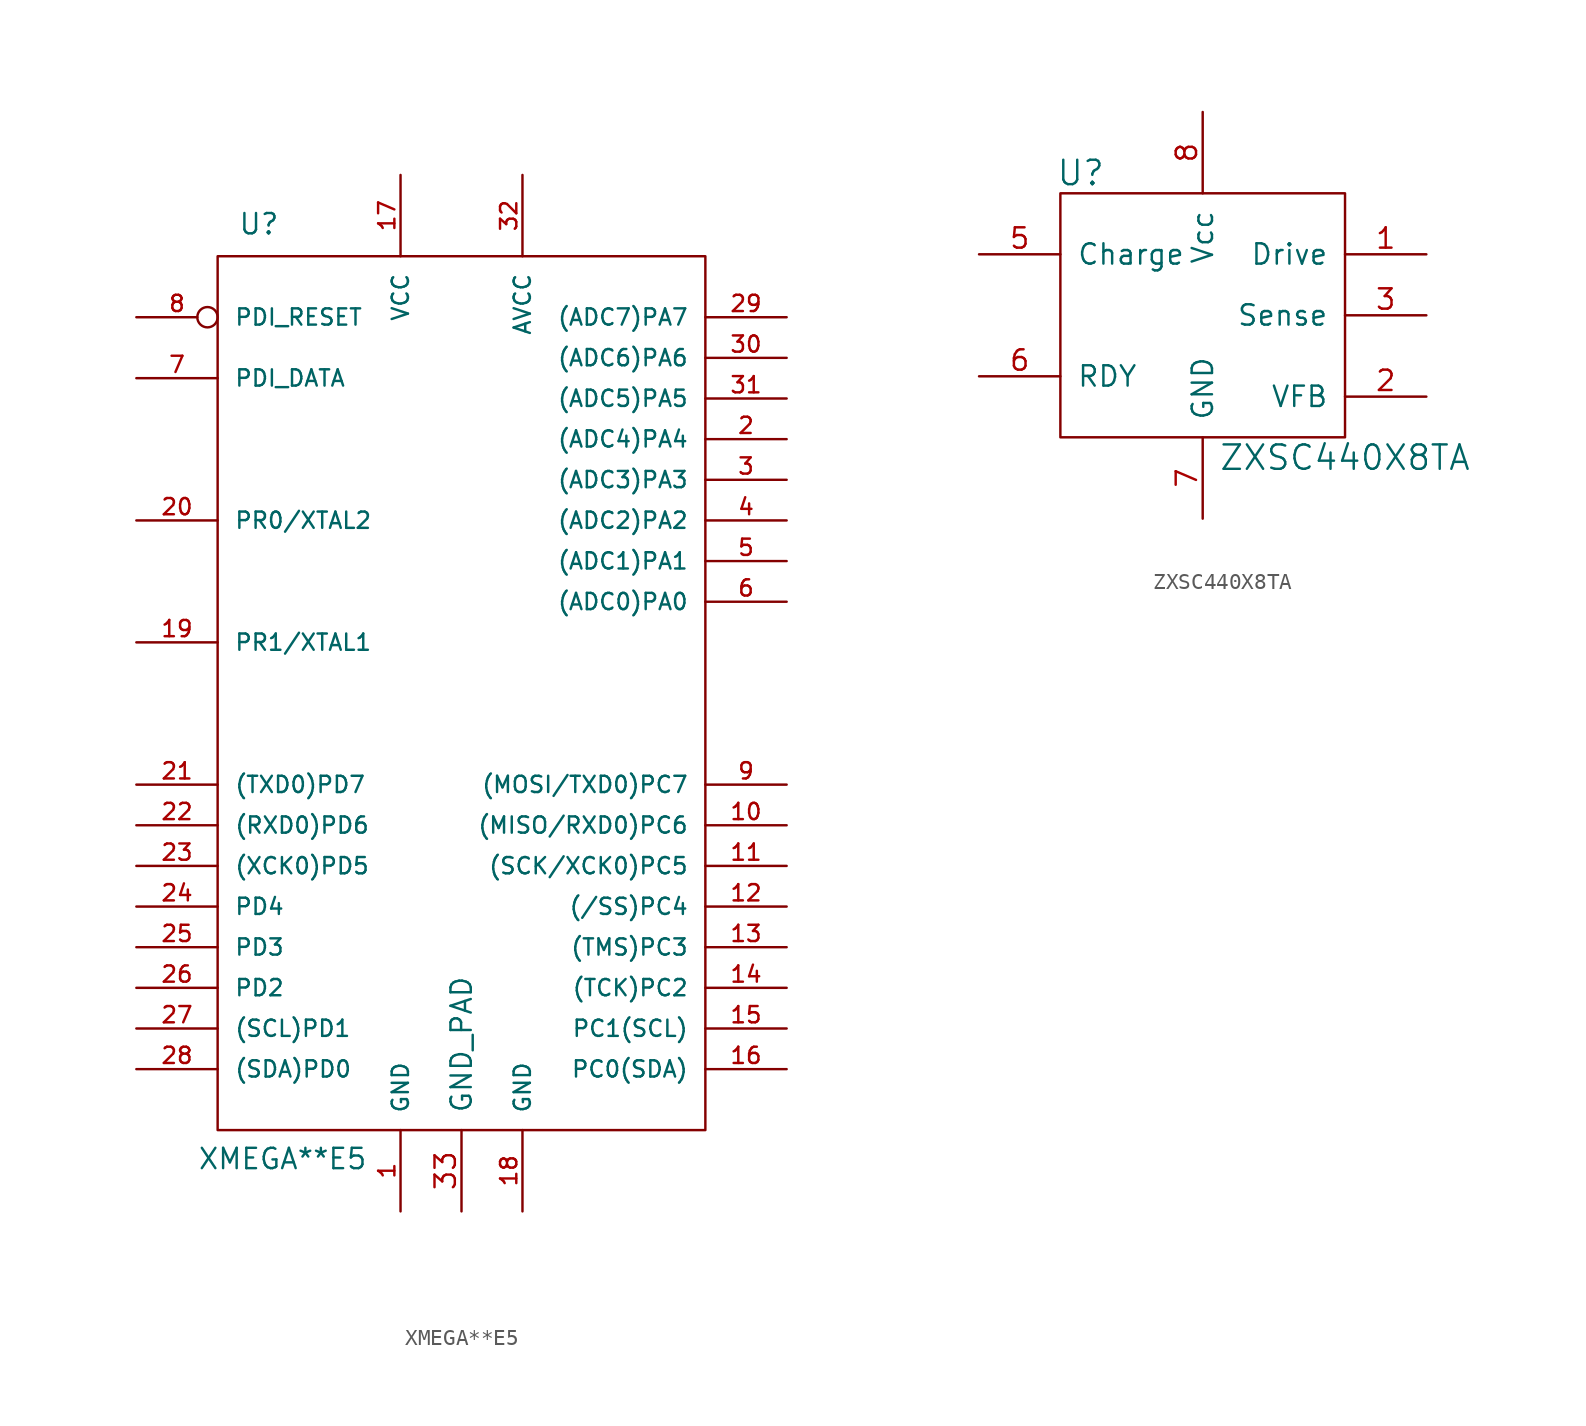
<source format=kicad_sym>
(kicad_symbol_lib
  (version 20211014)
  (generator kicad_symbol_editor)
  (symbol "XMEGA**E5"
    (pin_names
      (offset 1.016))
    (property "Reference" "U"
      (at -13.97 29.21 0)
      (effects (font (size 1.27 1.27)) (justify left bottom)))
    (property "Value" "XMEGA**E5"
      (at -16.51 -29.21 0)
      (effects (font (size 1.27 1.27)) (justify left bottom)))
    (property "Datasheet" ""
      (at 3.81 -17.78 0)
      (effects (font (size 1.524 1.524))))
    (property "ki_locked" ""
      (at 0 0 0)
      (effects (font (size 1.27 1.27))))
    (symbol "XMEGA**E5_0_1"
      (rectangle (start 15.24 27.94) (end -15.24 -26.67) (stroke (width 0) (type default) (color 0 0 0 0)) (fill (type none))))
    (symbol "XMEGA**E5_1_1"
      (pin power_in line (at -3.81 -31.75 90) (length 5.08) (name "GND" (effects (font (size 1.016 1.016)))) (number "1" (effects (font (size 1.016 1.016)))))
      (pin bidirectional line (at 20.32 -7.62 180) (length 5.08) (name "(MISO/RXD0)PC6" (effects (font (size 1.016 1.016)))) (number "10" (effects (font (size 1.016 1.016)))))
      (pin bidirectional line (at 20.32 -10.16 180) (length 5.08) (name "(SCK/XCK0)PC5" (effects (font (size 1.016 1.016)))) (number "11" (effects (font (size 1.016 1.016)))))
      (pin bidirectional line (at 20.32 -12.7 180) (length 5.08) (name "(/SS)PC4" (effects (font (size 1.016 1.016)))) (number "12" (effects (font (size 1.016 1.016)))))
      (pin bidirectional line (at 20.32 -15.24 180) (length 5.08) (name "(TMS)PC3" (effects (font (size 1.016 1.016)))) (number "13" (effects (font (size 1.016 1.016)))))
      (pin bidirectional line (at 20.32 -17.78 180) (length 5.08) (name "(TCK)PC2" (effects (font (size 1.016 1.016)))) (number "14" (effects (font (size 1.016 1.016)))))
      (pin bidirectional line (at 20.32 -20.32 180) (length 5.08) (name "PC1(SCL)" (effects (font (size 1.016 1.016)))) (number "15" (effects (font (size 1.016 1.016)))))
      (pin bidirectional line (at 20.32 -22.86 180) (length 5.08) (name "PC0(SDA)" (effects (font (size 1.016 1.016)))) (number "16" (effects (font (size 1.016 1.016)))))
      (pin power_in line (at -3.81 33.02 270) (length 5.08) (name "VCC" (effects (font (size 1.016 1.016)))) (number "17" (effects (font (size 1.016 1.016)))))
      (pin power_in line (at 3.81 -31.75 90) (length 5.08) (name "GND" (effects (font (size 1.016 1.016)))) (number "18" (effects (font (size 1.016 1.016)))))
      (pin bidirectional line (at -20.32 3.81 0) (length 5.08) (name "PR1/XTAL1" (effects (font (size 1.016 1.016)))) (number "19" (effects (font (size 1.016 1.016)))))
      (pin bidirectional line (at 20.32 16.51 180) (length 5.08) (name "(ADC4)PA4" (effects (font (size 1.016 1.016)))) (number "2" (effects (font (size 1.016 1.016)))))
      (pin bidirectional line (at -20.32 11.43 0) (length 5.08) (name "PR0/XTAL2" (effects (font (size 1.016 1.016)))) (number "20" (effects (font (size 1.016 1.016)))))
      (pin bidirectional line (at -20.32 -5.08 0) (length 5.08) (name "(TXD0)PD7" (effects (font (size 1.016 1.016)))) (number "21" (effects (font (size 1.016 1.016)))))
      (pin bidirectional line (at -20.32 -7.62 0) (length 5.08) (name "(RXD0)PD6" (effects (font (size 1.016 1.016)))) (number "22" (effects (font (size 1.016 1.016)))))
      (pin bidirectional line (at -20.32 -10.16 0) (length 5.08) (name "(XCK0)PD5" (effects (font (size 1.016 1.016)))) (number "23" (effects (font (size 1.016 1.016)))))
      (pin bidirectional line (at -20.32 -12.7 0) (length 5.08) (name "PD4" (effects (font (size 1.016 1.016)))) (number "24" (effects (font (size 1.016 1.016)))))
      (pin bidirectional line (at -20.32 -15.24 0) (length 5.08) (name "PD3" (effects (font (size 1.016 1.016)))) (number "25" (effects (font (size 1.016 1.016)))))
      (pin bidirectional line (at -20.32 -17.78 0) (length 5.08) (name "PD2" (effects (font (size 1.016 1.016)))) (number "26" (effects (font (size 1.016 1.016)))))
      (pin bidirectional line (at -20.32 -20.32 0) (length 5.08) (name "(SCL)PD1" (effects (font (size 1.016 1.016)))) (number "27" (effects (font (size 1.016 1.016)))))
      (pin bidirectional line (at -20.32 -22.86 0) (length 5.08) (name "(SDA)PD0" (effects (font (size 1.016 1.016)))) (number "28" (effects (font (size 1.016 1.016)))))
      (pin bidirectional line (at 20.32 24.13 180) (length 5.08) (name "(ADC7)PA7" (effects (font (size 1.016 1.016)))) (number "29" (effects (font (size 1.016 1.016)))))
      (pin bidirectional line (at 20.32 13.97 180) (length 5.08) (name "(ADC3)PA3" (effects (font (size 1.016 1.016)))) (number "3" (effects (font (size 1.016 1.016)))))
      (pin bidirectional line (at 20.32 21.59 180) (length 5.08) (name "(ADC6)PA6" (effects (font (size 1.016 1.016)))) (number "30" (effects (font (size 1.016 1.016)))))
      (pin bidirectional line (at 20.32 19.05 180) (length 5.08) (name "(ADC5)PA5" (effects (font (size 1.016 1.016)))) (number "31" (effects (font (size 1.016 1.016)))))
      (pin power_in line (at 3.81 33.02 270) (length 5.08) (name "AVCC" (effects (font (size 1.016 1.016)))) (number "32" (effects (font (size 1.016 1.016)))))
      (pin power_out line (at 0 -31.75 90) (length 5.08) (name "GND_PAD" (effects (font (size 1.27 1.27)))) (number "33" (effects (font (size 1.27 1.27)))))
      (pin bidirectional line (at 20.32 11.43 180) (length 5.08) (name "(ADC2)PA2" (effects (font (size 1.016 1.016)))) (number "4" (effects (font (size 1.016 1.016)))))
      (pin bidirectional line (at 20.32 8.89 180) (length 5.08) (name "(ADC1)PA1" (effects (font (size 1.016 1.016)))) (number "5" (effects (font (size 1.016 1.016)))))
      (pin bidirectional line (at 20.32 6.35 180) (length 5.08) (name "(ADC0)PA0" (effects (font (size 1.016 1.016)))) (number "6" (effects (font (size 1.016 1.016)))))
      (pin bidirectional line (at -20.32 20.32 0) (length 5.08) (name "PDI_DATA" (effects (font (size 1.016 1.016)))) (number "7" (effects (font (size 1.016 1.016)))))
      (pin input inverted (at -20.32 24.13 0) (length 5.08) (name "PDI_RESET" (effects (font (size 1.016 1.016)))) (number "8" (effects (font (size 1.016 1.016)))))
      (pin bidirectional line (at 20.32 -5.08 180) (length 5.08) (name "(MOSI/TXD0)PC7" (effects (font (size 1.016 1.016)))) (number "9" (effects (font (size 1.016 1.016)))))))
  (symbol "ZXSC440X8TA"
    (pin_names
      (offset 1.016))
    (property "Reference" "U"
      (at -7.62 8.89 0)
      (effects (font (size 1.524 1.524))))
    (property "Value" "ZXSC440X8TA"
      (at 8.89 -8.89 0)
      (effects (font (size 1.524 1.524))))
    (property "Footprint" ""
      (at -1.27 5.08 0)
      (effects (font (size 1.524 1.524))))
    (property "Datasheet" ""
      (at -1.27 5.08 0)
      (effects (font (size 1.524 1.524))))
    (symbol "ZXSC440X8TA_0_1"
      (rectangle (start 8.89 7.62) (end -8.89 -7.62) (stroke (width 0) (type default) (color 0 0 0 0)) (fill (type none))))
    (symbol "ZXSC440X8TA_1_1"
      (pin output line (at 13.97 3.81 180) (length 5.08) (name "Drive" (effects (font (size 1.27 1.27)))) (number "1" (effects (font (size 1.27 1.27)))))
      (pin input line (at 13.97 -5.08 180) (length 5.08) (name "VFB" (effects (font (size 1.27 1.27)))) (number "2" (effects (font (size 1.27 1.27)))))
      (pin input line (at 13.97 0 180) (length 5.08) (name "Sense" (effects (font (size 1.27 1.27)))) (number "3" (effects (font (size 1.27 1.27)))))
      (pin no_connect line (at -13.97 0 0) (length 5.08) hide (name "NC" (effects (font (size 1.27 1.27)))) (number "4" (effects (font (size 1.27 1.27)))))
      (pin input line (at -13.97 3.81 0) (length 5.08) (name "Charge" (effects (font (size 1.27 1.27)))) (number "5" (effects (font (size 1.27 1.27)))))
      (pin output line (at -13.97 -3.81 0) (length 5.08) (name "RDY" (effects (font (size 1.27 1.27)))) (number "6" (effects (font (size 1.27 1.27)))))
      (pin power_out line (at 0 -12.7 90) (length 5.08) (name "GND" (effects (font (size 1.27 1.27)))) (number "7" (effects (font (size 1.27 1.27)))))
      (pin power_in line (at 0 12.7 270) (length 5.08) (name "Vcc" (effects (font (size 1.27 1.27)))) (number "8" (effects (font (size 1.27 1.27))))))))
</source>
